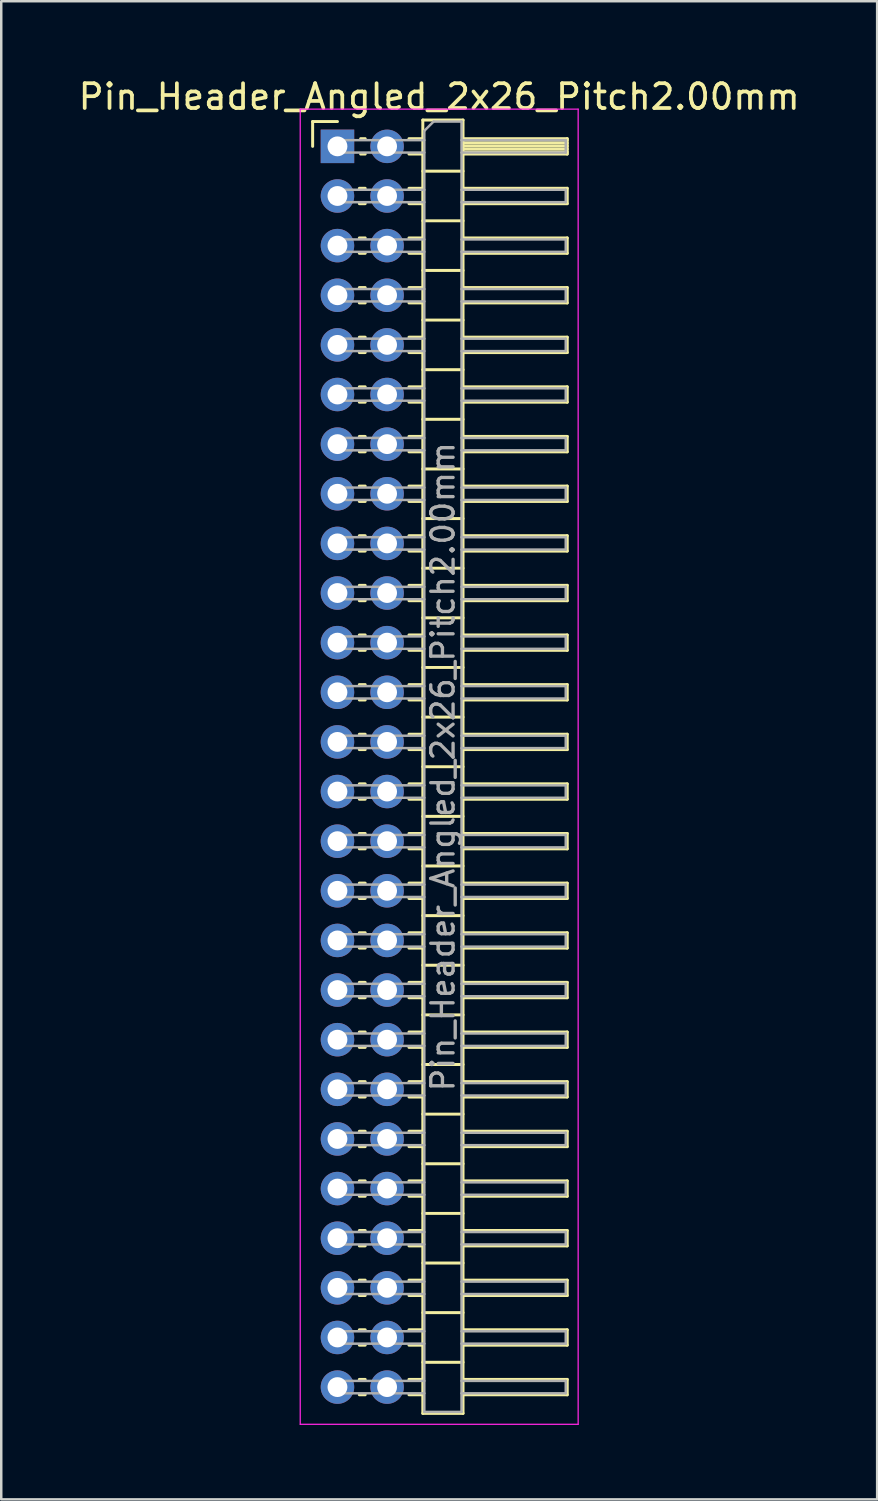
<source format=kicad_pcb>
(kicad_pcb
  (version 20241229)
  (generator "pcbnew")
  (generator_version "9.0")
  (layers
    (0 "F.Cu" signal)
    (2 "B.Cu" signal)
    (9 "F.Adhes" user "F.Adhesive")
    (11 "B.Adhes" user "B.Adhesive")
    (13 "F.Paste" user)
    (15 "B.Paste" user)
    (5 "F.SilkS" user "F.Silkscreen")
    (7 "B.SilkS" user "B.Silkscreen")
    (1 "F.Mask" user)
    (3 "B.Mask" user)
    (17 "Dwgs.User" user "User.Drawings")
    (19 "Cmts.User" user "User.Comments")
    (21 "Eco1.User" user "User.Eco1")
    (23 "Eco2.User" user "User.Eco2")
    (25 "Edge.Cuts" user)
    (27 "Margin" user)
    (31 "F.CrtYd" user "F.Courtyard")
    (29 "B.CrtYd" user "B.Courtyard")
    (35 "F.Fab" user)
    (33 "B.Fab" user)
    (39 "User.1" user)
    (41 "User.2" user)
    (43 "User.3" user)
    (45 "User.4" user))
  (footprint "Pin_Header_Angled_2x26_Pitch2.00mm"
    (layer "F.Cu")
    (at 10.549 2.848)
    (property "Reference" "Pin_Header_Angled_2x26_Pitch2.00mm" (at 4.1 -2 0) (layer "F.SilkS") (effects (font (size 1 1) (thickness 0.15))))
    (attr through_hole)
    (fp_line (start -1 -1) (end 0 -1) (stroke (width 0.12) (type solid)) (layer "F.SilkS"))
    (fp_line (start -1 0) (end -1 -1) (stroke (width 0.12) (type solid)) (layer "F.SilkS"))
    (fp_line (start 0.882 1.69) (end 1.118 1.69) (stroke (width 0.12) (type solid)) (layer "F.SilkS"))
    (fp_line (start 0.882 2.31) (end 1.118 2.31) (stroke (width 0.12) (type solid)) (layer "F.SilkS"))
    (fp_line (start 0.882 3.69) (end 1.118 3.69) (stroke (width 0.12) (type solid)) (layer "F.SilkS"))
    (fp_line (start 0.882 4.31) (end 1.118 4.31) (stroke (width 0.12) (type solid)) (layer "F.SilkS"))
    (fp_line (start 0.882 5.69) (end 1.118 5.69) (stroke (width 0.12) (type solid)) (layer "F.SilkS"))
    (fp_line (start 0.882 6.31) (end 1.118 6.31) (stroke (width 0.12) (type solid)) (layer "F.SilkS"))
    (fp_line (start 0.882 7.69) (end 1.118 7.69) (stroke (width 0.12) (type solid)) (layer "F.SilkS"))
    (fp_line (start 0.882 8.31) (end 1.118 8.31) (stroke (width 0.12) (type solid)) (layer "F.SilkS"))
    (fp_line (start 0.882 9.69) (end 1.118 9.69) (stroke (width 0.12) (type solid)) (layer "F.SilkS"))
    (fp_line (start 0.882 10.31) (end 1.118 10.31) (stroke (width 0.12) (type solid)) (layer "F.SilkS"))
    (fp_line (start 0.882 11.69) (end 1.118 11.69) (stroke (width 0.12) (type solid)) (layer "F.SilkS"))
    (fp_line (start 0.882 12.31) (end 1.118 12.31) (stroke (width 0.12) (type solid)) (layer "F.SilkS"))
    (fp_line (start 0.882 13.69) (end 1.118 13.69) (stroke (width 0.12) (type solid)) (layer "F.SilkS"))
    (fp_line (start 0.882 14.31) (end 1.118 14.31) (stroke (width 0.12) (type solid)) (layer "F.SilkS"))
    (fp_line (start 0.882 15.69) (end 1.118 15.69) (stroke (width 0.12) (type solid)) (layer "F.SilkS"))
    (fp_line (start 0.882 16.31) (end 1.118 16.31) (stroke (width 0.12) (type solid)) (layer "F.SilkS"))
    (fp_line (start 0.882 17.69) (end 1.118 17.69) (stroke (width 0.12) (type solid)) (layer "F.SilkS"))
    (fp_line (start 0.882 18.31) (end 1.118 18.31) (stroke (width 0.12) (type solid)) (layer "F.SilkS"))
    (fp_line (start 0.882 19.69) (end 1.118 19.69) (stroke (width 0.12) (type solid)) (layer "F.SilkS"))
    (fp_line (start 0.882 20.31) (end 1.118 20.31) (stroke (width 0.12) (type solid)) (layer "F.SilkS"))
    (fp_line (start 0.882 21.69) (end 1.118 21.69) (stroke (width 0.12) (type solid)) (layer "F.SilkS"))
    (fp_line (start 0.882 22.31) (end 1.118 22.31) (stroke (width 0.12) (type solid)) (layer "F.SilkS"))
    (fp_line (start 0.882 23.69) (end 1.118 23.69) (stroke (width 0.12) (type solid)) (layer "F.SilkS"))
    (fp_line (start 0.882 24.31) (end 1.118 24.31) (stroke (width 0.12) (type solid)) (layer "F.SilkS"))
    (fp_line (start 0.882 25.69) (end 1.118 25.69) (stroke (width 0.12) (type solid)) (layer "F.SilkS"))
    (fp_line (start 0.882 26.31) (end 1.118 26.31) (stroke (width 0.12) (type solid)) (layer "F.SilkS"))
    (fp_line (start 0.882 27.69) (end 1.118 27.69) (stroke (width 0.12) (type solid)) (layer "F.SilkS"))
    (fp_line (start 0.882 28.31) (end 1.118 28.31) (stroke (width 0.12) (type solid)) (layer "F.SilkS"))
    (fp_line (start 0.882 29.69) (end 1.118 29.69) (stroke (width 0.12) (type solid)) (layer "F.SilkS"))
    (fp_line (start 0.882 30.31) (end 1.118 30.31) (stroke (width 0.12) (type solid)) (layer "F.SilkS"))
    (fp_line (start 0.882 31.69) (end 1.118 31.69) (stroke (width 0.12) (type solid)) (layer "F.SilkS"))
    (fp_line (start 0.882 32.31) (end 1.118 32.31) (stroke (width 0.12) (type solid)) (layer "F.SilkS"))
    (fp_line (start 0.882 33.69) (end 1.118 33.69) (stroke (width 0.12) (type solid)) (layer "F.SilkS"))
    (fp_line (start 0.882 34.31) (end 1.118 34.31) (stroke (width 0.12) (type solid)) (layer "F.SilkS"))
    (fp_line (start 0.882 35.69) (end 1.118 35.69) (stroke (width 0.12) (type solid)) (layer "F.SilkS"))
    (fp_line (start 0.882 36.31) (end 1.118 36.31) (stroke (width 0.12) (type solid)) (layer "F.SilkS"))
    (fp_line (start 0.882 37.69) (end 1.118 37.69) (stroke (width 0.12) (type solid)) (layer "F.SilkS"))
    (fp_line (start 0.882 38.31) (end 1.118 38.31) (stroke (width 0.12) (type solid)) (layer "F.SilkS"))
    (fp_line (start 0.882 39.69) (end 1.118 39.69) (stroke (width 0.12) (type solid)) (layer "F.SilkS"))
    (fp_line (start 0.882 40.31) (end 1.118 40.31) (stroke (width 0.12) (type solid)) (layer "F.SilkS"))
    (fp_line (start 0.882 41.69) (end 1.118 41.69) (stroke (width 0.12) (type solid)) (layer "F.SilkS"))
    (fp_line (start 0.882 42.31) (end 1.118 42.31) (stroke (width 0.12) (type solid)) (layer "F.SilkS"))
    (fp_line (start 0.882 43.69) (end 1.118 43.69) (stroke (width 0.12) (type solid)) (layer "F.SilkS"))
    (fp_line (start 0.882 44.31) (end 1.118 44.31) (stroke (width 0.12) (type solid)) (layer "F.SilkS"))
    (fp_line (start 0.882 45.69) (end 1.118 45.69) (stroke (width 0.12) (type solid)) (layer "F.SilkS"))
    (fp_line (start 0.882 46.31) (end 1.118 46.31) (stroke (width 0.12) (type solid)) (layer "F.SilkS"))
    (fp_line (start 0.882 47.69) (end 1.118 47.69) (stroke (width 0.12) (type solid)) (layer "F.SilkS"))
    (fp_line (start 0.882 48.31) (end 1.118 48.31) (stroke (width 0.12) (type solid)) (layer "F.SilkS"))
    (fp_line (start 0.882 49.69) (end 1.118 49.69) (stroke (width 0.12) (type solid)) (layer "F.SilkS"))
    (fp_line (start 0.882 50.31) (end 1.118 50.31) (stroke (width 0.12) (type solid)) (layer "F.SilkS"))
    (fp_line (start 0.935 -0.31) (end 1.118 -0.31) (stroke (width 0.12) (type solid)) (layer "F.SilkS"))
    (fp_line (start 0.935 0.31) (end 1.118 0.31) (stroke (width 0.12) (type solid)) (layer "F.SilkS"))
    (fp_line (start 2.882 -0.31) (end 3.44 -0.31) (stroke (width 0.12) (type solid)) (layer "F.SilkS"))
    (fp_line (start 2.882 0.31) (end 3.44 0.31) (stroke (width 0.12) (type solid)) (layer "F.SilkS"))
    (fp_line (start 2.882 1.69) (end 3.44 1.69) (stroke (width 0.12) (type solid)) (layer "F.SilkS"))
    (fp_line (start 2.882 2.31) (end 3.44 2.31) (stroke (width 0.12) (type solid)) (layer "F.SilkS"))
    (fp_line (start 2.882 3.69) (end 3.44 3.69) (stroke (width 0.12) (type solid)) (layer "F.SilkS"))
    (fp_line (start 2.882 4.31) (end 3.44 4.31) (stroke (width 0.12) (type solid)) (layer "F.SilkS"))
    (fp_line (start 2.882 5.69) (end 3.44 5.69) (stroke (width 0.12) (type solid)) (layer "F.SilkS"))
    (fp_line (start 2.882 6.31) (end 3.44 6.31) (stroke (width 0.12) (type solid)) (layer "F.SilkS"))
    (fp_line (start 2.882 7.69) (end 3.44 7.69) (stroke (width 0.12) (type solid)) (layer "F.SilkS"))
    (fp_line (start 2.882 8.31) (end 3.44 8.31) (stroke (width 0.12) (type solid)) (layer "F.SilkS"))
    (fp_line (start 2.882 9.69) (end 3.44 9.69) (stroke (width 0.12) (type solid)) (layer "F.SilkS"))
    (fp_line (start 2.882 10.31) (end 3.44 10.31) (stroke (width 0.12) (type solid)) (layer "F.SilkS"))
    (fp_line (start 2.882 11.69) (end 3.44 11.69) (stroke (width 0.12) (type solid)) (layer "F.SilkS"))
    (fp_line (start 2.882 12.31) (end 3.44 12.31) (stroke (width 0.12) (type solid)) (layer "F.SilkS"))
    (fp_line (start 2.882 13.69) (end 3.44 13.69) (stroke (width 0.12) (type solid)) (layer "F.SilkS"))
    (fp_line (start 2.882 14.31) (end 3.44 14.31) (stroke (width 0.12) (type solid)) (layer "F.SilkS"))
    (fp_line (start 2.882 15.69) (end 3.44 15.69) (stroke (width 0.12) (type solid)) (layer "F.SilkS"))
    (fp_line (start 2.882 16.31) (end 3.44 16.31) (stroke (width 0.12) (type solid)) (layer "F.SilkS"))
    (fp_line (start 2.882 17.69) (end 3.44 17.69) (stroke (width 0.12) (type solid)) (layer "F.SilkS"))
    (fp_line (start 2.882 18.31) (end 3.44 18.31) (stroke (width 0.12) (type solid)) (layer "F.SilkS"))
    (fp_line (start 2.882 19.69) (end 3.44 19.69) (stroke (width 0.12) (type solid)) (layer "F.SilkS"))
    (fp_line (start 2.882 20.31) (end 3.44 20.31) (stroke (width 0.12) (type solid)) (layer "F.SilkS"))
    (fp_line (start 2.882 21.69) (end 3.44 21.69) (stroke (width 0.12) (type solid)) (layer "F.SilkS"))
    (fp_line (start 2.882 22.31) (end 3.44 22.31) (stroke (width 0.12) (type solid)) (layer "F.SilkS"))
    (fp_line (start 2.882 23.69) (end 3.44 23.69) (stroke (width 0.12) (type solid)) (layer "F.SilkS"))
    (fp_line (start 2.882 24.31) (end 3.44 24.31) (stroke (width 0.12) (type solid)) (layer "F.SilkS"))
    (fp_line (start 2.882 25.69) (end 3.44 25.69) (stroke (width 0.12) (type solid)) (layer "F.SilkS"))
    (fp_line (start 2.882 26.31) (end 3.44 26.31) (stroke (width 0.12) (type solid)) (layer "F.SilkS"))
    (fp_line (start 2.882 27.69) (end 3.44 27.69) (stroke (width 0.12) (type solid)) (layer "F.SilkS"))
    (fp_line (start 2.882 28.31) (end 3.44 28.31) (stroke (width 0.12) (type solid)) (layer "F.SilkS"))
    (fp_line (start 2.882 29.69) (end 3.44 29.69) (stroke (width 0.12) (type solid)) (layer "F.SilkS"))
    (fp_line (start 2.882 30.31) (end 3.44 30.31) (stroke (width 0.12) (type solid)) (layer "F.SilkS"))
    (fp_line (start 2.882 31.69) (end 3.44 31.69) (stroke (width 0.12) (type solid)) (layer "F.SilkS"))
    (fp_line (start 2.882 32.31) (end 3.44 32.31) (stroke (width 0.12) (type solid)) (layer "F.SilkS"))
    (fp_line (start 2.882 33.69) (end 3.44 33.69) (stroke (width 0.12) (type solid)) (layer "F.SilkS"))
    (fp_line (start 2.882 34.31) (end 3.44 34.31) (stroke (width 0.12) (type solid)) (layer "F.SilkS"))
    (fp_line (start 2.882 35.69) (end 3.44 35.69) (stroke (width 0.12) (type solid)) (layer "F.SilkS"))
    (fp_line (start 2.882 36.31) (end 3.44 36.31) (stroke (width 0.12) (type solid)) (layer "F.SilkS"))
    (fp_line (start 2.882 37.69) (end 3.44 37.69) (stroke (width 0.12) (type solid)) (layer "F.SilkS"))
    (fp_line (start 2.882 38.31) (end 3.44 38.31) (stroke (width 0.12) (type solid)) (layer "F.SilkS"))
    (fp_line (start 2.882 39.69) (end 3.44 39.69) (stroke (width 0.12) (type solid)) (layer "F.SilkS"))
    (fp_line (start 2.882 40.31) (end 3.44 40.31) (stroke (width 0.12) (type solid)) (layer "F.SilkS"))
    (fp_line (start 2.882 41.69) (end 3.44 41.69) (stroke (width 0.12) (type solid)) (layer "F.SilkS"))
    (fp_line (start 2.882 42.31) (end 3.44 42.31) (stroke (width 0.12) (type solid)) (layer "F.SilkS"))
    (fp_line (start 2.882 43.69) (end 3.44 43.69) (stroke (width 0.12) (type solid)) (layer "F.SilkS"))
    (fp_line (start 2.882 44.31) (end 3.44 44.31) (stroke (width 0.12) (type solid)) (layer "F.SilkS"))
    (fp_line (start 2.882 45.69) (end 3.44 45.69) (stroke (width 0.12) (type solid)) (layer "F.SilkS"))
    (fp_line (start 2.882 46.31) (end 3.44 46.31) (stroke (width 0.12) (type solid)) (layer "F.SilkS"))
    (fp_line (start 2.882 47.69) (end 3.44 47.69) (stroke (width 0.12) (type solid)) (layer "F.SilkS"))
    (fp_line (start 2.882 48.31) (end 3.44 48.31) (stroke (width 0.12) (type solid)) (layer "F.SilkS"))
    (fp_line (start 2.882 49.69) (end 3.44 49.69) (stroke (width 0.12) (type solid)) (layer "F.SilkS"))
    (fp_line (start 2.882 50.31) (end 3.44 50.31) (stroke (width 0.12) (type solid)) (layer "F.SilkS"))
    (fp_line (start 3.44 -1.06) (end 3.44 51.06) (stroke (width 0.12) (type solid)) (layer "F.SilkS"))
    (fp_line (start 3.44 1) (end 5.06 1) (stroke (width 0.12) (type solid)) (layer "F.SilkS"))
    (fp_line (start 3.44 3) (end 5.06 3) (stroke (width 0.12) (type solid)) (layer "F.SilkS"))
    (fp_line (start 3.44 5) (end 5.06 5) (stroke (width 0.12) (type solid)) (layer "F.SilkS"))
    (fp_line (start 3.44 7) (end 5.06 7) (stroke (width 0.12) (type solid)) (layer "F.SilkS"))
    (fp_line (start 3.44 9) (end 5.06 9) (stroke (width 0.12) (type solid)) (layer "F.SilkS"))
    (fp_line (start 3.44 11) (end 5.06 11) (stroke (width 0.12) (type solid)) (layer "F.SilkS"))
    (fp_line (start 3.44 13) (end 5.06 13) (stroke (width 0.12) (type solid)) (layer "F.SilkS"))
    (fp_line (start 3.44 15) (end 5.06 15) (stroke (width 0.12) (type solid)) (layer "F.SilkS"))
    (fp_line (start 3.44 17) (end 5.06 17) (stroke (width 0.12) (type solid)) (layer "F.SilkS"))
    (fp_line (start 3.44 19) (end 5.06 19) (stroke (width 0.12) (type solid)) (layer "F.SilkS"))
    (fp_line (start 3.44 21) (end 5.06 21) (stroke (width 0.12) (type solid)) (layer "F.SilkS"))
    (fp_line (start 3.44 23) (end 5.06 23) (stroke (width 0.12) (type solid)) (layer "F.SilkS"))
    (fp_line (start 3.44 25) (end 5.06 25) (stroke (width 0.12) (type solid)) (layer "F.SilkS"))
    (fp_line (start 3.44 27) (end 5.06 27) (stroke (width 0.12) (type solid)) (layer "F.SilkS"))
    (fp_line (start 3.44 29) (end 5.06 29) (stroke (width 0.12) (type solid)) (layer "F.SilkS"))
    (fp_line (start 3.44 31) (end 5.06 31) (stroke (width 0.12) (type solid)) (layer "F.SilkS"))
    (fp_line (start 3.44 33) (end 5.06 33) (stroke (width 0.12) (type solid)) (layer "F.SilkS"))
    (fp_line (start 3.44 35) (end 5.06 35) (stroke (width 0.12) (type solid)) (layer "F.SilkS"))
    (fp_line (start 3.44 37) (end 5.06 37) (stroke (width 0.12) (type solid)) (layer "F.SilkS"))
    (fp_line (start 3.44 39) (end 5.06 39) (stroke (width 0.12) (type solid)) (layer "F.SilkS"))
    (fp_line (start 3.44 41) (end 5.06 41) (stroke (width 0.12) (type solid)) (layer "F.SilkS"))
    (fp_line (start 3.44 43) (end 5.06 43) (stroke (width 0.12) (type solid)) (layer "F.SilkS"))
    (fp_line (start 3.44 45) (end 5.06 45) (stroke (width 0.12) (type solid)) (layer "F.SilkS"))
    (fp_line (start 3.44 47) (end 5.06 47) (stroke (width 0.12) (type solid)) (layer "F.SilkS"))
    (fp_line (start 3.44 49) (end 5.06 49) (stroke (width 0.12) (type solid)) (layer "F.SilkS"))
    (fp_line (start 3.44 51.06) (end 5.06 51.06) (stroke (width 0.12) (type solid)) (layer "F.SilkS"))
    (fp_line (start 5.06 -1.06) (end 3.44 -1.06) (stroke (width 0.12) (type solid)) (layer "F.SilkS"))
    (fp_line (start 5.06 -0.31) (end 9.26 -0.31) (stroke (width 0.12) (type solid)) (layer "F.SilkS"))
    (fp_line (start 5.06 -0.25) (end 9.26 -0.25) (stroke (width 0.12) (type solid)) (layer "F.SilkS"))
    (fp_line (start 5.06 -0.13) (end 9.26 -0.13) (stroke (width 0.12) (type solid)) (layer "F.SilkS"))
    (fp_line (start 5.06 -0.01) (end 9.26 -0.01) (stroke (width 0.12) (type solid)) (layer "F.SilkS"))
    (fp_line (start 5.06 0.11) (end 9.26 0.11) (stroke (width 0.12) (type solid)) (layer "F.SilkS"))
    (fp_line (start 5.06 0.23) (end 9.26 0.23) (stroke (width 0.12) (type solid)) (layer "F.SilkS"))
    (fp_line (start 5.06 1.69) (end 9.26 1.69) (stroke (width 0.12) (type solid)) (layer "F.SilkS"))
    (fp_line (start 5.06 3.69) (end 9.26 3.69) (stroke (width 0.12) (type solid)) (layer "F.SilkS"))
    (fp_line (start 5.06 5.69) (end 9.26 5.69) (stroke (width 0.12) (type solid)) (layer "F.SilkS"))
    (fp_line (start 5.06 7.69) (end 9.26 7.69) (stroke (width 0.12) (type solid)) (layer "F.SilkS"))
    (fp_line (start 5.06 9.69) (end 9.26 9.69) (stroke (width 0.12) (type solid)) (layer "F.SilkS"))
    (fp_line (start 5.06 11.69) (end 9.26 11.69) (stroke (width 0.12) (type solid)) (layer "F.SilkS"))
    (fp_line (start 5.06 13.69) (end 9.26 13.69) (stroke (width 0.12) (type solid)) (layer "F.SilkS"))
    (fp_line (start 5.06 15.69) (end 9.26 15.69) (stroke (width 0.12) (type solid)) (layer "F.SilkS"))
    (fp_line (start 5.06 17.69) (end 9.26 17.69) (stroke (width 0.12) (type solid)) (layer "F.SilkS"))
    (fp_line (start 5.06 19.69) (end 9.26 19.69) (stroke (width 0.12) (type solid)) (layer "F.SilkS"))
    (fp_line (start 5.06 21.69) (end 9.26 21.69) (stroke (width 0.12) (type solid)) (layer "F.SilkS"))
    (fp_line (start 5.06 23.69) (end 9.26 23.69) (stroke (width 0.12) (type solid)) (layer "F.SilkS"))
    (fp_line (start 5.06 25.69) (end 9.26 25.69) (stroke (width 0.12) (type solid)) (layer "F.SilkS"))
    (fp_line (start 5.06 27.69) (end 9.26 27.69) (stroke (width 0.12) (type solid)) (layer "F.SilkS"))
    (fp_line (start 5.06 29.69) (end 9.26 29.69) (stroke (width 0.12) (type solid)) (layer "F.SilkS"))
    (fp_line (start 5.06 31.69) (end 9.26 31.69) (stroke (width 0.12) (type solid)) (layer "F.SilkS"))
    (fp_line (start 5.06 33.69) (end 9.26 33.69) (stroke (width 0.12) (type solid)) (layer "F.SilkS"))
    (fp_line (start 5.06 35.69) (end 9.26 35.69) (stroke (width 0.12) (type solid)) (layer "F.SilkS"))
    (fp_line (start 5.06 37.69) (end 9.26 37.69) (stroke (width 0.12) (type solid)) (layer "F.SilkS"))
    (fp_line (start 5.06 39.69) (end 9.26 39.69) (stroke (width 0.12) (type solid)) (layer "F.SilkS"))
    (fp_line (start 5.06 41.69) (end 9.26 41.69) (stroke (width 0.12) (type solid)) (layer "F.SilkS"))
    (fp_line (start 5.06 43.69) (end 9.26 43.69) (stroke (width 0.12) (type solid)) (layer "F.SilkS"))
    (fp_line (start 5.06 45.69) (end 9.26 45.69) (stroke (width 0.12) (type solid)) (layer "F.SilkS"))
    (fp_line (start 5.06 47.69) (end 9.26 47.69) (stroke (width 0.12) (type solid)) (layer "F.SilkS"))
    (fp_line (start 5.06 49.69) (end 9.26 49.69) (stroke (width 0.12) (type solid)) (layer "F.SilkS"))
    (fp_line (start 5.06 51.06) (end 5.06 -1.06) (stroke (width 0.12) (type solid)) (layer "F.SilkS"))
    (fp_line (start 9.26 -0.31) (end 9.26 0.31) (stroke (width 0.12) (type solid)) (layer "F.SilkS"))
    (fp_line (start 9.26 0.31) (end 5.06 0.31) (stroke (width 0.12) (type solid)) (layer "F.SilkS"))
    (fp_line (start 9.26 1.69) (end 9.26 2.31) (stroke (width 0.12) (type solid)) (layer "F.SilkS"))
    (fp_line (start 9.26 2.31) (end 5.06 2.31) (stroke (width 0.12) (type solid)) (layer "F.SilkS"))
    (fp_line (start 9.26 3.69) (end 9.26 4.31) (stroke (width 0.12) (type solid)) (layer "F.SilkS"))
    (fp_line (start 9.26 4.31) (end 5.06 4.31) (stroke (width 0.12) (type solid)) (layer "F.SilkS"))
    (fp_line (start 9.26 5.69) (end 9.26 6.31) (stroke (width 0.12) (type solid)) (layer "F.SilkS"))
    (fp_line (start 9.26 6.31) (end 5.06 6.31) (stroke (width 0.12) (type solid)) (layer "F.SilkS"))
    (fp_line (start 9.26 7.69) (end 9.26 8.31) (stroke (width 0.12) (type solid)) (layer "F.SilkS"))
    (fp_line (start 9.26 8.31) (end 5.06 8.31) (stroke (width 0.12) (type solid)) (layer "F.SilkS"))
    (fp_line (start 9.26 9.69) (end 9.26 10.31) (stroke (width 0.12) (type solid)) (layer "F.SilkS"))
    (fp_line (start 9.26 10.31) (end 5.06 10.31) (stroke (width 0.12) (type solid)) (layer "F.SilkS"))
    (fp_line (start 9.26 11.69) (end 9.26 12.31) (stroke (width 0.12) (type solid)) (layer "F.SilkS"))
    (fp_line (start 9.26 12.31) (end 5.06 12.31) (stroke (width 0.12) (type solid)) (layer "F.SilkS"))
    (fp_line (start 9.26 13.69) (end 9.26 14.31) (stroke (width 0.12) (type solid)) (layer "F.SilkS"))
    (fp_line (start 9.26 14.31) (end 5.06 14.31) (stroke (width 0.12) (type solid)) (layer "F.SilkS"))
    (fp_line (start 9.26 15.69) (end 9.26 16.31) (stroke (width 0.12) (type solid)) (layer "F.SilkS"))
    (fp_line (start 9.26 16.31) (end 5.06 16.31) (stroke (width 0.12) (type solid)) (layer "F.SilkS"))
    (fp_line (start 9.26 17.69) (end 9.26 18.31) (stroke (width 0.12) (type solid)) (layer "F.SilkS"))
    (fp_line (start 9.26 18.31) (end 5.06 18.31) (stroke (width 0.12) (type solid)) (layer "F.SilkS"))
    (fp_line (start 9.26 19.69) (end 9.26 20.31) (stroke (width 0.12) (type solid)) (layer "F.SilkS"))
    (fp_line (start 9.26 20.31) (end 5.06 20.31) (stroke (width 0.12) (type solid)) (layer "F.SilkS"))
    (fp_line (start 9.26 21.69) (end 9.26 22.31) (stroke (width 0.12) (type solid)) (layer "F.SilkS"))
    (fp_line (start 9.26 22.31) (end 5.06 22.31) (stroke (width 0.12) (type solid)) (layer "F.SilkS"))
    (fp_line (start 9.26 23.69) (end 9.26 24.31) (stroke (width 0.12) (type solid)) (layer "F.SilkS"))
    (fp_line (start 9.26 24.31) (end 5.06 24.31) (stroke (width 0.12) (type solid)) (layer "F.SilkS"))
    (fp_line (start 9.26 25.69) (end 9.26 26.31) (stroke (width 0.12) (type solid)) (layer "F.SilkS"))
    (fp_line (start 9.26 26.31) (end 5.06 26.31) (stroke (width 0.12) (type solid)) (layer "F.SilkS"))
    (fp_line (start 9.26 27.69) (end 9.26 28.31) (stroke (width 0.12) (type solid)) (layer "F.SilkS"))
    (fp_line (start 9.26 28.31) (end 5.06 28.31) (stroke (width 0.12) (type solid)) (layer "F.SilkS"))
    (fp_line (start 9.26 29.69) (end 9.26 30.31) (stroke (width 0.12) (type solid)) (layer "F.SilkS"))
    (fp_line (start 9.26 30.31) (end 5.06 30.31) (stroke (width 0.12) (type solid)) (layer "F.SilkS"))
    (fp_line (start 9.26 31.69) (end 9.26 32.31) (stroke (width 0.12) (type solid)) (layer "F.SilkS"))
    (fp_line (start 9.26 32.31) (end 5.06 32.31) (stroke (width 0.12) (type solid)) (layer "F.SilkS"))
    (fp_line (start 9.26 33.69) (end 9.26 34.31) (stroke (width 0.12) (type solid)) (layer "F.SilkS"))
    (fp_line (start 9.26 34.31) (end 5.06 34.31) (stroke (width 0.12) (type solid)) (layer "F.SilkS"))
    (fp_line (start 9.26 35.69) (end 9.26 36.31) (stroke (width 0.12) (type solid)) (layer "F.SilkS"))
    (fp_line (start 9.26 36.31) (end 5.06 36.31) (stroke (width 0.12) (type solid)) (layer "F.SilkS"))
    (fp_line (start 9.26 37.69) (end 9.26 38.31) (stroke (width 0.12) (type solid)) (layer "F.SilkS"))
    (fp_line (start 9.26 38.31) (end 5.06 38.31) (stroke (width 0.12) (type solid)) (layer "F.SilkS"))
    (fp_line (start 9.26 39.69) (end 9.26 40.31) (stroke (width 0.12) (type solid)) (layer "F.SilkS"))
    (fp_line (start 9.26 40.31) (end 5.06 40.31) (stroke (width 0.12) (type solid)) (layer "F.SilkS"))
    (fp_line (start 9.26 41.69) (end 9.26 42.31) (stroke (width 0.12) (type solid)) (layer "F.SilkS"))
    (fp_line (start 9.26 42.31) (end 5.06 42.31) (stroke (width 0.12) (type solid)) (layer "F.SilkS"))
    (fp_line (start 9.26 43.69) (end 9.26 44.31) (stroke (width 0.12) (type solid)) (layer "F.SilkS"))
    (fp_line (start 9.26 44.31) (end 5.06 44.31) (stroke (width 0.12) (type solid)) (layer "F.SilkS"))
    (fp_line (start 9.26 45.69) (end 9.26 46.31) (stroke (width 0.12) (type solid)) (layer "F.SilkS"))
    (fp_line (start 9.26 46.31) (end 5.06 46.31) (stroke (width 0.12) (type solid)) (layer "F.SilkS"))
    (fp_line (start 9.26 47.69) (end 9.26 48.31) (stroke (width 0.12) (type solid)) (layer "F.SilkS"))
    (fp_line (start 9.26 48.31) (end 5.06 48.31) (stroke (width 0.12) (type solid)) (layer "F.SilkS"))
    (fp_line (start 9.26 49.69) (end 9.26 50.31) (stroke (width 0.12) (type solid)) (layer "F.SilkS"))
    (fp_line (start 9.26 50.31) (end 5.06 50.31) (stroke (width 0.12) (type solid)) (layer "F.SilkS"))
    (fp_line (start -1.5 -1.5) (end -1.5 51.5) (stroke (width 0.05) (type solid)) (layer "F.CrtYd"))
    (fp_line (start -1.5 51.5) (end 9.7 51.5) (stroke (width 0.05) (type solid)) (layer "F.CrtYd"))
    (fp_line (start 9.7 -1.5) (end -1.5 -1.5) (stroke (width 0.05) (type solid)) (layer "F.CrtYd"))
    (fp_line (start 9.7 51.5) (end 9.7 -1.5) (stroke (width 0.05) (type solid)) (layer "F.CrtYd"))
    (fp_line (start -0.25 -0.25) (end -0.25 0.25) (stroke (width 0.1) (type solid)) (layer "F.Fab"))
    (fp_line (start -0.25 -0.25) (end 3.5 -0.25) (stroke (width 0.1) (type solid)) (layer "F.Fab"))
    (fp_line (start -0.25 0.25) (end 3.5 0.25) (stroke (width 0.1) (type solid)) (layer "F.Fab"))
    (fp_line (start -0.25 1.75) (end -0.25 2.25) (stroke (width 0.1) (type solid)) (layer "F.Fab"))
    (fp_line (start -0.25 1.75) (end 3.5 1.75) (stroke (width 0.1) (type solid)) (layer "F.Fab"))
    (fp_line (start -0.25 2.25) (end 3.5 2.25) (stroke (width 0.1) (type solid)) (layer "F.Fab"))
    (fp_line (start -0.25 3.75) (end -0.25 4.25) (stroke (width 0.1) (type solid)) (layer "F.Fab"))
    (fp_line (start -0.25 3.75) (end 3.5 3.75) (stroke (width 0.1) (type solid)) (layer "F.Fab"))
    (fp_line (start -0.25 4.25) (end 3.5 4.25) (stroke (width 0.1) (type solid)) (layer "F.Fab"))
    (fp_line (start -0.25 5.75) (end -0.25 6.25) (stroke (width 0.1) (type solid)) (layer "F.Fab"))
    (fp_line (start -0.25 5.75) (end 3.5 5.75) (stroke (width 0.1) (type solid)) (layer "F.Fab"))
    (fp_line (start -0.25 6.25) (end 3.5 6.25) (stroke (width 0.1) (type solid)) (layer "F.Fab"))
    (fp_line (start -0.25 7.75) (end -0.25 8.25) (stroke (width 0.1) (type solid)) (layer "F.Fab"))
    (fp_line (start -0.25 7.75) (end 3.5 7.75) (stroke (width 0.1) (type solid)) (layer "F.Fab"))
    (fp_line (start -0.25 8.25) (end 3.5 8.25) (stroke (width 0.1) (type solid)) (layer "F.Fab"))
    (fp_line (start -0.25 9.75) (end -0.25 10.25) (stroke (width 0.1) (type solid)) (layer "F.Fab"))
    (fp_line (start -0.25 9.75) (end 3.5 9.75) (stroke (width 0.1) (type solid)) (layer "F.Fab"))
    (fp_line (start -0.25 10.25) (end 3.5 10.25) (stroke (width 0.1) (type solid)) (layer "F.Fab"))
    (fp_line (start -0.25 11.75) (end -0.25 12.25) (stroke (width 0.1) (type solid)) (layer "F.Fab"))
    (fp_line (start -0.25 11.75) (end 3.5 11.75) (stroke (width 0.1) (type solid)) (layer "F.Fab"))
    (fp_line (start -0.25 12.25) (end 3.5 12.25) (stroke (width 0.1) (type solid)) (layer "F.Fab"))
    (fp_line (start -0.25 13.75) (end -0.25 14.25) (stroke (width 0.1) (type solid)) (layer "F.Fab"))
    (fp_line (start -0.25 13.75) (end 3.5 13.75) (stroke (width 0.1) (type solid)) (layer "F.Fab"))
    (fp_line (start -0.25 14.25) (end 3.5 14.25) (stroke (width 0.1) (type solid)) (layer "F.Fab"))
    (fp_line (start -0.25 15.75) (end -0.25 16.25) (stroke (width 0.1) (type solid)) (layer "F.Fab"))
    (fp_line (start -0.25 15.75) (end 3.5 15.75) (stroke (width 0.1) (type solid)) (layer "F.Fab"))
    (fp_line (start -0.25 16.25) (end 3.5 16.25) (stroke (width 0.1) (type solid)) (layer "F.Fab"))
    (fp_line (start -0.25 17.75) (end -0.25 18.25) (stroke (width 0.1) (type solid)) (layer "F.Fab"))
    (fp_line (start -0.25 17.75) (end 3.5 17.75) (stroke (width 0.1) (type solid)) (layer "F.Fab"))
    (fp_line (start -0.25 18.25) (end 3.5 18.25) (stroke (width 0.1) (type solid)) (layer "F.Fab"))
    (fp_line (start -0.25 19.75) (end -0.25 20.25) (stroke (width 0.1) (type solid)) (layer "F.Fab"))
    (fp_line (start -0.25 19.75) (end 3.5 19.75) (stroke (width 0.1) (type solid)) (layer "F.Fab"))
    (fp_line (start -0.25 20.25) (end 3.5 20.25) (stroke (width 0.1) (type solid)) (layer "F.Fab"))
    (fp_line (start -0.25 21.75) (end -0.25 22.25) (stroke (width 0.1) (type solid)) (layer "F.Fab"))
    (fp_line (start -0.25 21.75) (end 3.5 21.75) (stroke (width 0.1) (type solid)) (layer "F.Fab"))
    (fp_line (start -0.25 22.25) (end 3.5 22.25) (stroke (width 0.1) (type solid)) (layer "F.Fab"))
    (fp_line (start -0.25 23.75) (end -0.25 24.25) (stroke (width 0.1) (type solid)) (layer "F.Fab"))
    (fp_line (start -0.25 23.75) (end 3.5 23.75) (stroke (width 0.1) (type solid)) (layer "F.Fab"))
    (fp_line (start -0.25 24.25) (end 3.5 24.25) (stroke (width 0.1) (type solid)) (layer "F.Fab"))
    (fp_line (start -0.25 25.75) (end -0.25 26.25) (stroke (width 0.1) (type solid)) (layer "F.Fab"))
    (fp_line (start -0.25 25.75) (end 3.5 25.75) (stroke (width 0.1) (type solid)) (layer "F.Fab"))
    (fp_line (start -0.25 26.25) (end 3.5 26.25) (stroke (width 0.1) (type solid)) (layer "F.Fab"))
    (fp_line (start -0.25 27.75) (end -0.25 28.25) (stroke (width 0.1) (type solid)) (layer "F.Fab"))
    (fp_line (start -0.25 27.75) (end 3.5 27.75) (stroke (width 0.1) (type solid)) (layer "F.Fab"))
    (fp_line (start -0.25 28.25) (end 3.5 28.25) (stroke (width 0.1) (type solid)) (layer "F.Fab"))
    (fp_line (start -0.25 29.75) (end -0.25 30.25) (stroke (width 0.1) (type solid)) (layer "F.Fab"))
    (fp_line (start -0.25 29.75) (end 3.5 29.75) (stroke (width 0.1) (type solid)) (layer "F.Fab"))
    (fp_line (start -0.25 30.25) (end 3.5 30.25) (stroke (width 0.1) (type solid)) (layer "F.Fab"))
    (fp_line (start -0.25 31.75) (end -0.25 32.25) (stroke (width 0.1) (type solid)) (layer "F.Fab"))
    (fp_line (start -0.25 31.75) (end 3.5 31.75) (stroke (width 0.1) (type solid)) (layer "F.Fab"))
    (fp_line (start -0.25 32.25) (end 3.5 32.25) (stroke (width 0.1) (type solid)) (layer "F.Fab"))
    (fp_line (start -0.25 33.75) (end -0.25 34.25) (stroke (width 0.1) (type solid)) (layer "F.Fab"))
    (fp_line (start -0.25 33.75) (end 3.5 33.75) (stroke (width 0.1) (type solid)) (layer "F.Fab"))
    (fp_line (start -0.25 34.25) (end 3.5 34.25) (stroke (width 0.1) (type solid)) (layer "F.Fab"))
    (fp_line (start -0.25 35.75) (end -0.25 36.25) (stroke (width 0.1) (type solid)) (layer "F.Fab"))
    (fp_line (start -0.25 35.75) (end 3.5 35.75) (stroke (width 0.1) (type solid)) (layer "F.Fab"))
    (fp_line (start -0.25 36.25) (end 3.5 36.25) (stroke (width 0.1) (type solid)) (layer "F.Fab"))
    (fp_line (start -0.25 37.75) (end -0.25 38.25) (stroke (width 0.1) (type solid)) (layer "F.Fab"))
    (fp_line (start -0.25 37.75) (end 3.5 37.75) (stroke (width 0.1) (type solid)) (layer "F.Fab"))
    (fp_line (start -0.25 38.25) (end 3.5 38.25) (stroke (width 0.1) (type solid)) (layer "F.Fab"))
    (fp_line (start -0.25 39.75) (end -0.25 40.25) (stroke (width 0.1) (type solid)) (layer "F.Fab"))
    (fp_line (start -0.25 39.75) (end 3.5 39.75) (stroke (width 0.1) (type solid)) (layer "F.Fab"))
    (fp_line (start -0.25 40.25) (end 3.5 40.25) (stroke (width 0.1) (type solid)) (layer "F.Fab"))
    (fp_line (start -0.25 41.75) (end -0.25 42.25) (stroke (width 0.1) (type solid)) (layer "F.Fab"))
    (fp_line (start -0.25 41.75) (end 3.5 41.75) (stroke (width 0.1) (type solid)) (layer "F.Fab"))
    (fp_line (start -0.25 42.25) (end 3.5 42.25) (stroke (width 0.1) (type solid)) (layer "F.Fab"))
    (fp_line (start -0.25 43.75) (end -0.25 44.25) (stroke (width 0.1) (type solid)) (layer "F.Fab"))
    (fp_line (start -0.25 43.75) (end 3.5 43.75) (stroke (width 0.1) (type solid)) (layer "F.Fab"))
    (fp_line (start -0.25 44.25) (end 3.5 44.25) (stroke (width 0.1) (type solid)) (layer "F.Fab"))
    (fp_line (start -0.25 45.75) (end -0.25 46.25) (stroke (width 0.1) (type solid)) (layer "F.Fab"))
    (fp_line (start -0.25 45.75) (end 3.5 45.75) (stroke (width 0.1) (type solid)) (layer "F.Fab"))
    (fp_line (start -0.25 46.25) (end 3.5 46.25) (stroke (width 0.1) (type solid)) (layer "F.Fab"))
    (fp_line (start -0.25 47.75) (end -0.25 48.25) (stroke (width 0.1) (type solid)) (layer "F.Fab"))
    (fp_line (start -0.25 47.75) (end 3.5 47.75) (stroke (width 0.1) (type solid)) (layer "F.Fab"))
    (fp_line (start -0.25 48.25) (end 3.5 48.25) (stroke (width 0.1) (type solid)) (layer "F.Fab"))
    (fp_line (start -0.25 49.75) (end -0.25 50.25) (stroke (width 0.1) (type solid)) (layer "F.Fab"))
    (fp_line (start -0.25 49.75) (end 3.5 49.75) (stroke (width 0.1) (type solid)) (layer "F.Fab"))
    (fp_line (start -0.25 50.25) (end 3.5 50.25) (stroke (width 0.1) (type solid)) (layer "F.Fab"))
    (fp_line (start 3.5 -0.625) (end 3.875 -1) (stroke (width 0.1) (type solid)) (layer "F.Fab"))
    (fp_line (start 3.5 51) (end 3.5 -0.625) (stroke (width 0.1) (type solid)) (layer "F.Fab"))
    (fp_line (start 3.875 -1) (end 5 -1) (stroke (width 0.1) (type solid)) (layer "F.Fab"))
    (fp_line (start 5 -1) (end 5 51) (stroke (width 0.1) (type solid)) (layer "F.Fab"))
    (fp_line (start 5 -0.25) (end 9.2 -0.25) (stroke (width 0.1) (type solid)) (layer "F.Fab"))
    (fp_line (start 5 0.25) (end 9.2 0.25) (stroke (width 0.1) (type solid)) (layer "F.Fab"))
    (fp_line (start 5 1.75) (end 9.2 1.75) (stroke (width 0.1) (type solid)) (layer "F.Fab"))
    (fp_line (start 5 2.25) (end 9.2 2.25) (stroke (width 0.1) (type solid)) (layer "F.Fab"))
    (fp_line (start 5 3.75) (end 9.2 3.75) (stroke (width 0.1) (type solid)) (layer "F.Fab"))
    (fp_line (start 5 4.25) (end 9.2 4.25) (stroke (width 0.1) (type solid)) (layer "F.Fab"))
    (fp_line (start 5 5.75) (end 9.2 5.75) (stroke (width 0.1) (type solid)) (layer "F.Fab"))
    (fp_line (start 5 6.25) (end 9.2 6.25) (stroke (width 0.1) (type solid)) (layer "F.Fab"))
    (fp_line (start 5 7.75) (end 9.2 7.75) (stroke (width 0.1) (type solid)) (layer "F.Fab"))
    (fp_line (start 5 8.25) (end 9.2 8.25) (stroke (width 0.1) (type solid)) (layer "F.Fab"))
    (fp_line (start 5 9.75) (end 9.2 9.75) (stroke (width 0.1) (type solid)) (layer "F.Fab"))
    (fp_line (start 5 10.25) (end 9.2 10.25) (stroke (width 0.1) (type solid)) (layer "F.Fab"))
    (fp_line (start 5 11.75) (end 9.2 11.75) (stroke (width 0.1) (type solid)) (layer "F.Fab"))
    (fp_line (start 5 12.25) (end 9.2 12.25) (stroke (width 0.1) (type solid)) (layer "F.Fab"))
    (fp_line (start 5 13.75) (end 9.2 13.75) (stroke (width 0.1) (type solid)) (layer "F.Fab"))
    (fp_line (start 5 14.25) (end 9.2 14.25) (stroke (width 0.1) (type solid)) (layer "F.Fab"))
    (fp_line (start 5 15.75) (end 9.2 15.75) (stroke (width 0.1) (type solid)) (layer "F.Fab"))
    (fp_line (start 5 16.25) (end 9.2 16.25) (stroke (width 0.1) (type solid)) (layer "F.Fab"))
    (fp_line (start 5 17.75) (end 9.2 17.75) (stroke (width 0.1) (type solid)) (layer "F.Fab"))
    (fp_line (start 5 18.25) (end 9.2 18.25) (stroke (width 0.1) (type solid)) (layer "F.Fab"))
    (fp_line (start 5 19.75) (end 9.2 19.75) (stroke (width 0.1) (type solid)) (layer "F.Fab"))
    (fp_line (start 5 20.25) (end 9.2 20.25) (stroke (width 0.1) (type solid)) (layer "F.Fab"))
    (fp_line (start 5 21.75) (end 9.2 21.75) (stroke (width 0.1) (type solid)) (layer "F.Fab"))
    (fp_line (start 5 22.25) (end 9.2 22.25) (stroke (width 0.1) (type solid)) (layer "F.Fab"))
    (fp_line (start 5 23.75) (end 9.2 23.75) (stroke (width 0.1) (type solid)) (layer "F.Fab"))
    (fp_line (start 5 24.25) (end 9.2 24.25) (stroke (width 0.1) (type solid)) (layer "F.Fab"))
    (fp_line (start 5 25.75) (end 9.2 25.75) (stroke (width 0.1) (type solid)) (layer "F.Fab"))
    (fp_line (start 5 26.25) (end 9.2 26.25) (stroke (width 0.1) (type solid)) (layer "F.Fab"))
    (fp_line (start 5 27.75) (end 9.2 27.75) (stroke (width 0.1) (type solid)) (layer "F.Fab"))
    (fp_line (start 5 28.25) (end 9.2 28.25) (stroke (width 0.1) (type solid)) (layer "F.Fab"))
    (fp_line (start 5 29.75) (end 9.2 29.75) (stroke (width 0.1) (type solid)) (layer "F.Fab"))
    (fp_line (start 5 30.25) (end 9.2 30.25) (stroke (width 0.1) (type solid)) (layer "F.Fab"))
    (fp_line (start 5 31.75) (end 9.2 31.75) (stroke (width 0.1) (type solid)) (layer "F.Fab"))
    (fp_line (start 5 32.25) (end 9.2 32.25) (stroke (width 0.1) (type solid)) (layer "F.Fab"))
    (fp_line (start 5 33.75) (end 9.2 33.75) (stroke (width 0.1) (type solid)) (layer "F.Fab"))
    (fp_line (start 5 34.25) (end 9.2 34.25) (stroke (width 0.1) (type solid)) (layer "F.Fab"))
    (fp_line (start 5 35.75) (end 9.2 35.75) (stroke (width 0.1) (type solid)) (layer "F.Fab"))
    (fp_line (start 5 36.25) (end 9.2 36.25) (stroke (width 0.1) (type solid)) (layer "F.Fab"))
    (fp_line (start 5 37.75) (end 9.2 37.75) (stroke (width 0.1) (type solid)) (layer "F.Fab"))
    (fp_line (start 5 38.25) (end 9.2 38.25) (stroke (width 0.1) (type solid)) (layer "F.Fab"))
    (fp_line (start 5 39.75) (end 9.2 39.75) (stroke (width 0.1) (type solid)) (layer "F.Fab"))
    (fp_line (start 5 40.25) (end 9.2 40.25) (stroke (width 0.1) (type solid)) (layer "F.Fab"))
    (fp_line (start 5 41.75) (end 9.2 41.75) (stroke (width 0.1) (type solid)) (layer "F.Fab"))
    (fp_line (start 5 42.25) (end 9.2 42.25) (stroke (width 0.1) (type solid)) (layer "F.Fab"))
    (fp_line (start 5 43.75) (end 9.2 43.75) (stroke (width 0.1) (type solid)) (layer "F.Fab"))
    (fp_line (start 5 44.25) (end 9.2 44.25) (stroke (width 0.1) (type solid)) (layer "F.Fab"))
    (fp_line (start 5 45.75) (end 9.2 45.75) (stroke (width 0.1) (type solid)) (layer "F.Fab"))
    (fp_line (start 5 46.25) (end 9.2 46.25) (stroke (width 0.1) (type solid)) (layer "F.Fab"))
    (fp_line (start 5 47.75) (end 9.2 47.75) (stroke (width 0.1) (type solid)) (layer "F.Fab"))
    (fp_line (start 5 48.25) (end 9.2 48.25) (stroke (width 0.1) (type solid)) (layer "F.Fab"))
    (fp_line (start 5 49.75) (end 9.2 49.75) (stroke (width 0.1) (type solid)) (layer "F.Fab"))
    (fp_line (start 5 50.25) (end 9.2 50.25) (stroke (width 0.1) (type solid)) (layer "F.Fab"))
    (fp_line (start 5 51) (end 3.5 51) (stroke (width 0.1) (type solid)) (layer "F.Fab"))
    (fp_line (start 9.2 -0.25) (end 9.2 0.25) (stroke (width 0.1) (type solid)) (layer "F.Fab"))
    (fp_line (start 9.2 1.75) (end 9.2 2.25) (stroke (width 0.1) (type solid)) (layer "F.Fab"))
    (fp_line (start 9.2 3.75) (end 9.2 4.25) (stroke (width 0.1) (type solid)) (layer "F.Fab"))
    (fp_line (start 9.2 5.75) (end 9.2 6.25) (stroke (width 0.1) (type solid)) (layer "F.Fab"))
    (fp_line (start 9.2 7.75) (end 9.2 8.25) (stroke (width 0.1) (type solid)) (layer "F.Fab"))
    (fp_line (start 9.2 9.75) (end 9.2 10.25) (stroke (width 0.1) (type solid)) (layer "F.Fab"))
    (fp_line (start 9.2 11.75) (end 9.2 12.25) (stroke (width 0.1) (type solid)) (layer "F.Fab"))
    (fp_line (start 9.2 13.75) (end 9.2 14.25) (stroke (width 0.1) (type solid)) (layer "F.Fab"))
    (fp_line (start 9.2 15.75) (end 9.2 16.25) (stroke (width 0.1) (type solid)) (layer "F.Fab"))
    (fp_line (start 9.2 17.75) (end 9.2 18.25) (stroke (width 0.1) (type solid)) (layer "F.Fab"))
    (fp_line (start 9.2 19.75) (end 9.2 20.25) (stroke (width 0.1) (type solid)) (layer "F.Fab"))
    (fp_line (start 9.2 21.75) (end 9.2 22.25) (stroke (width 0.1) (type solid)) (layer "F.Fab"))
    (fp_line (start 9.2 23.75) (end 9.2 24.25) (stroke (width 0.1) (type solid)) (layer "F.Fab"))
    (fp_line (start 9.2 25.75) (end 9.2 26.25) (stroke (width 0.1) (type solid)) (layer "F.Fab"))
    (fp_line (start 9.2 27.75) (end 9.2 28.25) (stroke (width 0.1) (type solid)) (layer "F.Fab"))
    (fp_line (start 9.2 29.75) (end 9.2 30.25) (stroke (width 0.1) (type solid)) (layer "F.Fab"))
    (fp_line (start 9.2 31.75) (end 9.2 32.25) (stroke (width 0.1) (type solid)) (layer "F.Fab"))
    (fp_line (start 9.2 33.75) (end 9.2 34.25) (stroke (width 0.1) (type solid)) (layer "F.Fab"))
    (fp_line (start 9.2 35.75) (end 9.2 36.25) (stroke (width 0.1) (type solid)) (layer "F.Fab"))
    (fp_line (start 9.2 37.75) (end 9.2 38.25) (stroke (width 0.1) (type solid)) (layer "F.Fab"))
    (fp_line (start 9.2 39.75) (end 9.2 40.25) (stroke (width 0.1) (type solid)) (layer "F.Fab"))
    (fp_line (start 9.2 41.75) (end 9.2 42.25) (stroke (width 0.1) (type solid)) (layer "F.Fab"))
    (fp_line (start 9.2 43.75) (end 9.2 44.25) (stroke (width 0.1) (type solid)) (layer "F.Fab"))
    (fp_line (start 9.2 45.75) (end 9.2 46.25) (stroke (width 0.1) (type solid)) (layer "F.Fab"))
    (fp_line (start 9.2 47.75) (end 9.2 48.25) (stroke (width 0.1) (type solid)) (layer "F.Fab"))
    (fp_line (start 9.2 49.75) (end 9.2 50.25) (stroke (width 0.1) (type solid)) (layer "F.Fab"))
    (fp_text user "${REFERENCE}" (at 4.25 25 90) (layer "F.Fab") (effects (font (size 0.9 0.9) (thickness 0.135))))
    (pad "1" thru_hole rect (at 0 0) (size 1.35 1.35) (drill 0.8) (layers "*.Cu" "*.Mask"))
    (pad "2" thru_hole oval (at 2 0) (size 1.35 1.35) (drill 0.8) (layers "*.Cu" "*.Mask"))
    (pad "3" thru_hole oval (at 0 2) (size 1.35 1.35) (drill 0.8) (layers "*.Cu" "*.Mask"))
    (pad "4" thru_hole oval (at 2 2) (size 1.35 1.35) (drill 0.8) (layers "*.Cu" "*.Mask"))
    (pad "5" thru_hole oval (at 0 4) (size 1.35 1.35) (drill 0.8) (layers "*.Cu" "*.Mask"))
    (pad "6" thru_hole oval (at 2 4) (size 1.35 1.35) (drill 0.8) (layers "*.Cu" "*.Mask"))
    (pad "7" thru_hole oval (at 0 6) (size 1.35 1.35) (drill 0.8) (layers "*.Cu" "*.Mask"))
    (pad "8" thru_hole oval (at 2 6) (size 1.35 1.35) (drill 0.8) (layers "*.Cu" "*.Mask"))
    (pad "9" thru_hole oval (at 0 8) (size 1.35 1.35) (drill 0.8) (layers "*.Cu" "*.Mask"))
    (pad "10" thru_hole oval (at 2 8) (size 1.35 1.35) (drill 0.8) (layers "*.Cu" "*.Mask"))
    (pad "11" thru_hole oval (at 0 10) (size 1.35 1.35) (drill 0.8) (layers "*.Cu" "*.Mask"))
    (pad "12" thru_hole oval (at 2 10) (size 1.35 1.35) (drill 0.8) (layers "*.Cu" "*.Mask"))
    (pad "13" thru_hole oval (at 0 12) (size 1.35 1.35) (drill 0.8) (layers "*.Cu" "*.Mask"))
    (pad "14" thru_hole oval (at 2 12) (size 1.35 1.35) (drill 0.8) (layers "*.Cu" "*.Mask"))
    (pad "15" thru_hole oval (at 0 14) (size 1.35 1.35) (drill 0.8) (layers "*.Cu" "*.Mask"))
    (pad "16" thru_hole oval (at 2 14) (size 1.35 1.35) (drill 0.8) (layers "*.Cu" "*.Mask"))
    (pad "17" thru_hole oval (at 0 16) (size 1.35 1.35) (drill 0.8) (layers "*.Cu" "*.Mask"))
    (pad "18" thru_hole oval (at 2 16) (size 1.35 1.35) (drill 0.8) (layers "*.Cu" "*.Mask"))
    (pad "19" thru_hole oval (at 0 18) (size 1.35 1.35) (drill 0.8) (layers "*.Cu" "*.Mask"))
    (pad "20" thru_hole oval (at 2 18) (size 1.35 1.35) (drill 0.8) (layers "*.Cu" "*.Mask"))
    (pad "21" thru_hole oval (at 0 20) (size 1.35 1.35) (drill 0.8) (layers "*.Cu" "*.Mask"))
    (pad "22" thru_hole oval (at 2 20) (size 1.35 1.35) (drill 0.8) (layers "*.Cu" "*.Mask"))
    (pad "23" thru_hole oval (at 0 22) (size 1.35 1.35) (drill 0.8) (layers "*.Cu" "*.Mask"))
    (pad "24" thru_hole oval (at 2 22) (size 1.35 1.35) (drill 0.8) (layers "*.Cu" "*.Mask"))
    (pad "25" thru_hole oval (at 0 24) (size 1.35 1.35) (drill 0.8) (layers "*.Cu" "*.Mask"))
    (pad "26" thru_hole oval (at 2 24) (size 1.35 1.35) (drill 0.8) (layers "*.Cu" "*.Mask"))
    (pad "27" thru_hole oval (at 0 26) (size 1.35 1.35) (drill 0.8) (layers "*.Cu" "*.Mask"))
    (pad "28" thru_hole oval (at 2 26) (size 1.35 1.35) (drill 0.8) (layers "*.Cu" "*.Mask"))
    (pad "29" thru_hole oval (at 0 28) (size 1.35 1.35) (drill 0.8) (layers "*.Cu" "*.Mask"))
    (pad "30" thru_hole oval (at 2 28) (size 1.35 1.35) (drill 0.8) (layers "*.Cu" "*.Mask"))
    (pad "31" thru_hole oval (at 0 30) (size 1.35 1.35) (drill 0.8) (layers "*.Cu" "*.Mask"))
    (pad "32" thru_hole oval (at 2 30) (size 1.35 1.35) (drill 0.8) (layers "*.Cu" "*.Mask"))
    (pad "33" thru_hole oval (at 0 32) (size 1.35 1.35) (drill 0.8) (layers "*.Cu" "*.Mask"))
    (pad "34" thru_hole oval (at 2 32) (size 1.35 1.35) (drill 0.8) (layers "*.Cu" "*.Mask"))
    (pad "35" thru_hole oval (at 0 34) (size 1.35 1.35) (drill 0.8) (layers "*.Cu" "*.Mask"))
    (pad "36" thru_hole oval (at 2 34) (size 1.35 1.35) (drill 0.8) (layers "*.Cu" "*.Mask"))
    (pad "37" thru_hole oval (at 0 36) (size 1.35 1.35) (drill 0.8) (layers "*.Cu" "*.Mask"))
    (pad "38" thru_hole oval (at 2 36) (size 1.35 1.35) (drill 0.8) (layers "*.Cu" "*.Mask"))
    (pad "39" thru_hole oval (at 0 38) (size 1.35 1.35) (drill 0.8) (layers "*.Cu" "*.Mask"))
    (pad "40" thru_hole oval (at 2 38) (size 1.35 1.35) (drill 0.8) (layers "*.Cu" "*.Mask"))
    (pad "41" thru_hole oval (at 0 40) (size 1.35 1.35) (drill 0.8) (layers "*.Cu" "*.Mask"))
    (pad "42" thru_hole oval (at 2 40) (size 1.35 1.35) (drill 0.8) (layers "*.Cu" "*.Mask"))
    (pad "43" thru_hole oval (at 0 42) (size 1.35 1.35) (drill 0.8) (layers "*.Cu" "*.Mask"))
    (pad "44" thru_hole oval (at 2 42) (size 1.35 1.35) (drill 0.8) (layers "*.Cu" "*.Mask"))
    (pad "45" thru_hole oval (at 0 44) (size 1.35 1.35) (drill 0.8) (layers "*.Cu" "*.Mask"))
    (pad "46" thru_hole oval (at 2 44) (size 1.35 1.35) (drill 0.8) (layers "*.Cu" "*.Mask"))
    (pad "47" thru_hole oval (at 0 46) (size 1.35 1.35) (drill 0.8) (layers "*.Cu" "*.Mask"))
    (pad "48" thru_hole oval (at 2 46) (size 1.35 1.35) (drill 0.8) (layers "*.Cu" "*.Mask"))
    (pad "49" thru_hole oval (at 0 48) (size 1.35 1.35) (drill 0.8) (layers "*.Cu" "*.Mask"))
    (pad "50" thru_hole oval (at 2 48) (size 1.35 1.35) (drill 0.8) (layers "*.Cu" "*.Mask"))
    (pad "51" thru_hole oval (at 0 50) (size 1.35 1.35) (drill 0.8) (layers "*.Cu" "*.Mask"))
    (pad "52" thru_hole oval (at 2 50) (size 1.35 1.35) (drill 0.8) (layers "*.Cu" "*.Mask")))
  (gr_rect
    (start -3 -3)
    (end 32.298 57.373)
    (stroke (width 0.1) (type default))
    (fill no)
    (layer "Edge.Cuts")))
</source>
